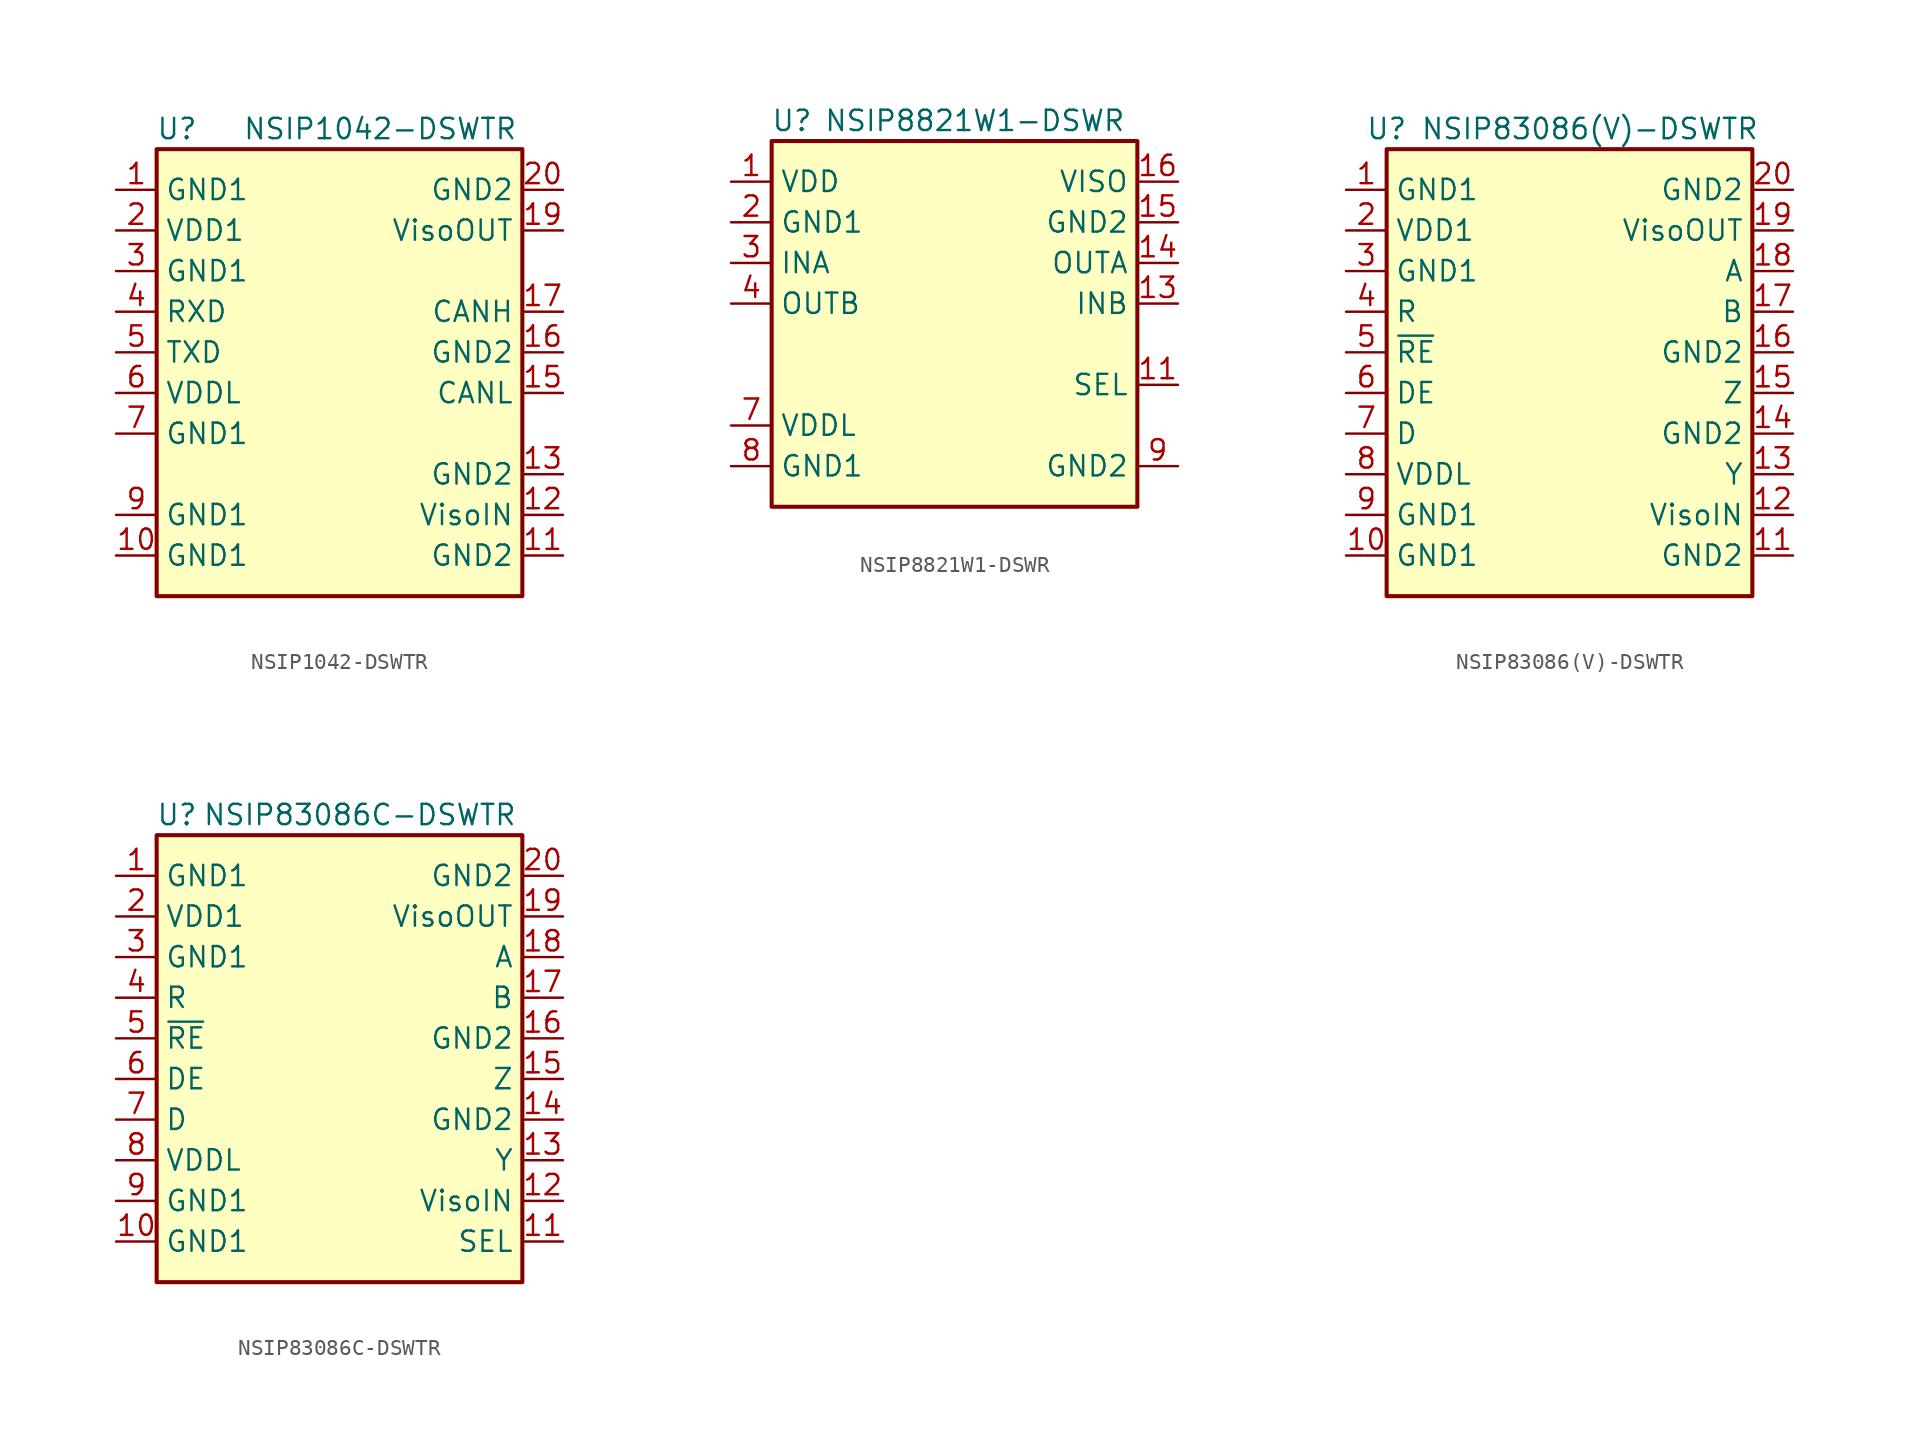
<source format=kicad_sym>
(kicad_symbol_lib
  (version 20220914)
  (generator kicad_symbol_editor)
  (symbol "NSIP1042-DSWTR"
    (property "Reference" "U"
      (at -10.16 15.24 0)
      (effects (font (size 1.27 1.27))))
    (property "Value" "NSIP1042-DSWTR"
      (at 2.54 15.24 0)
      (effects (font (size 1.27 1.27))))
    (symbol "NSIP1042-DSWTR_0_1"
      (rectangle (start -11.43 13.97) (end 11.43 -13.97) (stroke (width 0.254) (type default)) (fill (type background))))
    (symbol "NSIP1042-DSWTR_1_1"
      (pin power_in line (at -13.97 11.43 0) (length 2.54) (name "GND1" (effects (font (size 1.27 1.27)))) (number "1" (effects (font (size 1.27 1.27)))))
      (pin power_in line (at -13.97 -11.43 0) (length 2.54) (name "GND1" (effects (font (size 1.27 1.27)))) (number "10" (effects (font (size 1.27 1.27)))))
      (pin power_out line (at 13.97 -11.43 180) (length 2.54) (name "GND2" (effects (font (size 1.27 1.27)))) (number "11" (effects (font (size 1.27 1.27)))))
      (pin power_in line (at 13.97 -8.89 180) (length 2.54) (name "VisoIN" (effects (font (size 1.27 1.27)))) (number "12" (effects (font (size 1.27 1.27)))))
      (pin power_out line (at 13.97 -6.35 180) (length 2.54) (name "GND2" (effects (font (size 1.27 1.27)))) (number "13" (effects (font (size 1.27 1.27)))))
      (pin no_connect line (at 11.43 -3.81 180) (length 2.54) hide (name "NC" (effects (font (size 1.27 1.27)))) (number "14" (effects (font (size 1.27 1.27)))))
      (pin bidirectional line (at 13.97 -1.27 180) (length 2.54) (name "CANL" (effects (font (size 1.27 1.27)))) (number "15" (effects (font (size 1.27 1.27)))))
      (pin power_out line (at 13.97 1.27 180) (length 2.54) (name "GND2" (effects (font (size 1.27 1.27)))) (number "16" (effects (font (size 1.27 1.27)))))
      (pin bidirectional line (at 13.97 3.81 180) (length 2.54) (name "CANH" (effects (font (size 1.27 1.27)))) (number "17" (effects (font (size 1.27 1.27)))))
      (pin no_connect line (at 11.43 6.35 180) (length 2.54) hide (name "NC" (effects (font (size 1.27 1.27)))) (number "18" (effects (font (size 1.27 1.27)))))
      (pin power_out line (at 13.97 8.89 180) (length 2.54) (name "VisoOUT" (effects (font (size 1.27 1.27)))) (number "19" (effects (font (size 1.27 1.27)))))
      (pin power_in line (at -13.97 8.89 0) (length 2.54) (name "VDD1" (effects (font (size 1.27 1.27)))) (number "2" (effects (font (size 1.27 1.27)))))
      (pin power_out line (at 13.97 11.43 180) (length 2.54) (name "GND2" (effects (font (size 1.27 1.27)))) (number "20" (effects (font (size 1.27 1.27)))))
      (pin power_in line (at -13.97 6.35 0) (length 2.54) (name "GND1" (effects (font (size 1.27 1.27)))) (number "3" (effects (font (size 1.27 1.27)))))
      (pin input line (at -13.97 3.81 0) (length 2.54) (name "RXD" (effects (font (size 1.27 1.27)))) (number "4" (effects (font (size 1.27 1.27)))))
      (pin output line (at -13.97 1.27 0) (length 2.54) (name "TXD" (effects (font (size 1.27 1.27)))) (number "5" (effects (font (size 1.27 1.27)))))
      (pin power_in line (at -13.97 -1.27 0) (length 2.54) (name "VDDL" (effects (font (size 1.27 1.27)))) (number "6" (effects (font (size 1.27 1.27)))))
      (pin power_in line (at -13.97 -3.81 0) (length 2.54) (name "GND1" (effects (font (size 1.27 1.27)))) (number "7" (effects (font (size 1.27 1.27)))))
      (pin no_connect line (at -11.43 -6.35 0) (length 2.54) hide (name "NC" (effects (font (size 1.27 1.27)))) (number "8" (effects (font (size 1.27 1.27)))))
      (pin power_in line (at -13.97 -8.89 0) (length 2.54) (name "GND1" (effects (font (size 1.27 1.27)))) (number "9" (effects (font (size 1.27 1.27)))))))
  (symbol "NSIP8821W1-DSWR"
    (property "Reference" "U"
      (at -10.16 12.7 0)
      (effects (font (size 1.27 1.27))))
    (property "Value" "NSIP8821W1-DSWR"
      (at 1.27 12.7 0)
      (effects (font (size 1.27 1.27))))
    (symbol "NSIP8821W1-DSWR_0_1"
      (rectangle (start -11.43 11.43) (end 11.43 -11.43) (stroke (width 0.254) (type default)) (fill (type background))))
    (symbol "NSIP8821W1-DSWR_1_1"
      (pin power_in line (at -13.97 8.89 0) (length 2.54) (name "VDD" (effects (font (size 1.27 1.27)))) (number "1" (effects (font (size 1.27 1.27)))))
      (pin no_connect line (at 11.43 -6.35 180) (length 2.54) hide (name "NC" (effects (font (size 1.27 1.27)))) (number "10" (effects (font (size 1.27 1.27)))))
      (pin input line (at 13.97 -3.81 180) (length 2.54) (name "SEL" (effects (font (size 1.27 1.27)))) (number "11" (effects (font (size 1.27 1.27)))))
      (pin no_connect line (at 11.43 -1.27 180) (length 2.54) hide (name "NC" (effects (font (size 1.27 1.27)))) (number "12" (effects (font (size 1.27 1.27)))))
      (pin input line (at 13.97 1.27 180) (length 2.54) (name "INB" (effects (font (size 1.27 1.27)))) (number "13" (effects (font (size 1.27 1.27)))))
      (pin output line (at 13.97 3.81 180) (length 2.54) (name "OUTA" (effects (font (size 1.27 1.27)))) (number "14" (effects (font (size 1.27 1.27)))))
      (pin power_out line (at 13.97 6.35 180) (length 2.54) (name "GND2" (effects (font (size 1.27 1.27)))) (number "15" (effects (font (size 1.27 1.27)))))
      (pin power_out line (at 13.97 8.89 180) (length 2.54) (name "VISO" (effects (font (size 1.27 1.27)))) (number "16" (effects (font (size 1.27 1.27)))))
      (pin power_in line (at -13.97 6.35 0) (length 2.54) (name "GND1" (effects (font (size 1.27 1.27)))) (number "2" (effects (font (size 1.27 1.27)))))
      (pin input line (at -13.97 3.81 0) (length 2.54) (name "INA" (effects (font (size 1.27 1.27)))) (number "3" (effects (font (size 1.27 1.27)))))
      (pin output line (at -13.97 1.27 0) (length 2.54) (name "OUTB" (effects (font (size 1.27 1.27)))) (number "4" (effects (font (size 1.27 1.27)))))
      (pin no_connect line (at -11.43 -1.27 0) (length 2.54) hide (name "NC" (effects (font (size 1.27 1.27)))) (number "5" (effects (font (size 1.27 1.27)))))
      (pin no_connect line (at -11.43 -3.81 0) (length 2.54) hide (name "NC" (effects (font (size 1.27 1.27)))) (number "6" (effects (font (size 1.27 1.27)))))
      (pin power_in line (at -13.97 -6.35 0) (length 2.54) (name "VDDL" (effects (font (size 1.27 1.27)))) (number "7" (effects (font (size 1.27 1.27)))))
      (pin power_in line (at -13.97 -8.89 0) (length 2.54) (name "GND1" (effects (font (size 1.27 1.27)))) (number "8" (effects (font (size 1.27 1.27)))))
      (pin power_out line (at 13.97 -8.89 180) (length 2.54) (name "GND2" (effects (font (size 1.27 1.27)))) (number "9" (effects (font (size 1.27 1.27)))))))
  (symbol "NSIP83086(V)-DSWTR"
    (property "Reference" "U"
      (at -11.43 15.24 0)
      (effects (font (size 1.27 1.27))))
    (property "Value" "NSIP83086(V)-DSWTR"
      (at 1.27 15.24 0)
      (effects (font (size 1.27 1.27))))
    (symbol "NSIP83086(V)-DSWTR_0_1"
      (rectangle (start -11.43 13.97) (end 11.43 -13.97) (stroke (width 0.254) (type default)) (fill (type background))))
    (symbol "NSIP83086(V)-DSWTR_1_1"
      (pin power_in line (at -13.97 11.43 0) (length 2.54) (name "GND1" (effects (font (size 1.27 1.27)))) (number "1" (effects (font (size 1.27 1.27)))))
      (pin power_in line (at -13.97 -11.43 0) (length 2.54) (name "GND1" (effects (font (size 1.27 1.27)))) (number "10" (effects (font (size 1.27 1.27)))))
      (pin power_out line (at 13.97 -11.43 180) (length 2.54) (name "GND2" (effects (font (size 1.27 1.27)))) (number "11" (effects (font (size 1.27 1.27)))))
      (pin power_in line (at 13.97 -8.89 180) (length 2.54) (name "VisoIN" (effects (font (size 1.27 1.27)))) (number "12" (effects (font (size 1.27 1.27)))))
      (pin output line (at 13.97 -6.35 180) (length 2.54) (name "Y" (effects (font (size 1.27 1.27)))) (number "13" (effects (font (size 1.27 1.27)))))
      (pin power_out line (at 13.97 -3.81 180) (length 2.54) (name "GND2" (effects (font (size 1.27 1.27)))) (number "14" (effects (font (size 1.27 1.27)))))
      (pin output line (at 13.97 -1.27 180) (length 2.54) (name "Z" (effects (font (size 1.27 1.27)))) (number "15" (effects (font (size 1.27 1.27)))))
      (pin power_out line (at 13.97 1.27 180) (length 2.54) (name "GND2" (effects (font (size 1.27 1.27)))) (number "16" (effects (font (size 1.27 1.27)))))
      (pin input line (at 13.97 3.81 180) (length 2.54) (name "B" (effects (font (size 1.27 1.27)))) (number "17" (effects (font (size 1.27 1.27)))))
      (pin input line (at 13.97 6.35 180) (length 2.54) (name "A" (effects (font (size 1.27 1.27)))) (number "18" (effects (font (size 1.27 1.27)))))
      (pin power_out line (at 13.97 8.89 180) (length 2.54) (name "VisoOUT" (effects (font (size 1.27 1.27)))) (number "19" (effects (font (size 1.27 1.27)))))
      (pin power_in line (at -13.97 8.89 0) (length 2.54) (name "VDD1" (effects (font (size 1.27 1.27)))) (number "2" (effects (font (size 1.27 1.27)))))
      (pin power_out line (at 13.97 11.43 180) (length 2.54) (name "GND2" (effects (font (size 1.27 1.27)))) (number "20" (effects (font (size 1.27 1.27)))))
      (pin power_in line (at -13.97 6.35 0) (length 2.54) (name "GND1" (effects (font (size 1.27 1.27)))) (number "3" (effects (font (size 1.27 1.27)))))
      (pin output line (at -13.97 3.81 0) (length 2.54) (name "R" (effects (font (size 1.27 1.27)))) (number "4" (effects (font (size 1.27 1.27)))))
      (pin input line (at -13.97 1.27 0) (length 2.54) (name "~{RE}" (effects (font (size 1.27 1.27)))) (number "5" (effects (font (size 1.27 1.27)))))
      (pin input line (at -13.97 -1.27 0) (length 2.54) (name "DE" (effects (font (size 1.27 1.27)))) (number "6" (effects (font (size 1.27 1.27)))))
      (pin input line (at -13.97 -3.81 0) (length 2.54) (name "D" (effects (font (size 1.27 1.27)))) (number "7" (effects (font (size 1.27 1.27)))))
      (pin power_in line (at -13.97 -6.35 0) (length 2.54) (name "VDDL" (effects (font (size 1.27 1.27)))) (number "8" (effects (font (size 1.27 1.27)))))
      (pin power_in line (at -13.97 -8.89 0) (length 2.54) (name "GND1" (effects (font (size 1.27 1.27)))) (number "9" (effects (font (size 1.27 1.27)))))))
  (symbol "NSIP83086C-DSWTR"
    (property "Reference" "U"
      (at -10.16 15.24 0)
      (effects (font (size 1.27 1.27))))
    (property "Value" "NSIP83086C-DSWTR"
      (at 1.27 15.24 0)
      (effects (font (size 1.27 1.27))))
    (symbol "NSIP83086C-DSWTR_0_1"
      (rectangle (start -11.43 13.97) (end 11.43 -13.97) (stroke (width 0.254) (type default)) (fill (type background))))
    (symbol "NSIP83086C-DSWTR_1_1"
      (pin power_in line (at -13.97 11.43 0) (length 2.54) (name "GND1" (effects (font (size 1.27 1.27)))) (number "1" (effects (font (size 1.27 1.27)))))
      (pin power_in line (at -13.97 -11.43 0) (length 2.54) (name "GND1" (effects (font (size 1.27 1.27)))) (number "10" (effects (font (size 1.27 1.27)))))
      (pin input line (at 13.97 -11.43 180) (length 2.54) (name "SEL" (effects (font (size 1.27 1.27)))) (number "11" (effects (font (size 1.27 1.27)))))
      (pin power_in line (at 13.97 -8.89 180) (length 2.54) (name "VisoIN" (effects (font (size 1.27 1.27)))) (number "12" (effects (font (size 1.27 1.27)))))
      (pin output line (at 13.97 -6.35 180) (length 2.54) (name "Y" (effects (font (size 1.27 1.27)))) (number "13" (effects (font (size 1.27 1.27)))))
      (pin power_out line (at 13.97 -3.81 180) (length 2.54) (name "GND2" (effects (font (size 1.27 1.27)))) (number "14" (effects (font (size 1.27 1.27)))))
      (pin output line (at 13.97 -1.27 180) (length 2.54) (name "Z" (effects (font (size 1.27 1.27)))) (number "15" (effects (font (size 1.27 1.27)))))
      (pin power_out line (at 13.97 1.27 180) (length 2.54) (name "GND2" (effects (font (size 1.27 1.27)))) (number "16" (effects (font (size 1.27 1.27)))))
      (pin input line (at 13.97 3.81 180) (length 2.54) (name "B" (effects (font (size 1.27 1.27)))) (number "17" (effects (font (size 1.27 1.27)))))
      (pin input line (at 13.97 6.35 180) (length 2.54) (name "A" (effects (font (size 1.27 1.27)))) (number "18" (effects (font (size 1.27 1.27)))))
      (pin power_out line (at 13.97 8.89 180) (length 2.54) (name "VisoOUT" (effects (font (size 1.27 1.27)))) (number "19" (effects (font (size 1.27 1.27)))))
      (pin power_in line (at -13.97 8.89 0) (length 2.54) (name "VDD1" (effects (font (size 1.27 1.27)))) (number "2" (effects (font (size 1.27 1.27)))))
      (pin power_out line (at 13.97 11.43 180) (length 2.54) (name "GND2" (effects (font (size 1.27 1.27)))) (number "20" (effects (font (size 1.27 1.27)))))
      (pin power_in line (at -13.97 6.35 0) (length 2.54) (name "GND1" (effects (font (size 1.27 1.27)))) (number "3" (effects (font (size 1.27 1.27)))))
      (pin output line (at -13.97 3.81 0) (length 2.54) (name "R" (effects (font (size 1.27 1.27)))) (number "4" (effects (font (size 1.27 1.27)))))
      (pin input line (at -13.97 1.27 0) (length 2.54) (name "~{RE}" (effects (font (size 1.27 1.27)))) (number "5" (effects (font (size 1.27 1.27)))))
      (pin input line (at -13.97 -1.27 0) (length 2.54) (name "DE" (effects (font (size 1.27 1.27)))) (number "6" (effects (font (size 1.27 1.27)))))
      (pin input line (at -13.97 -3.81 0) (length 2.54) (name "D" (effects (font (size 1.27 1.27)))) (number "7" (effects (font (size 1.27 1.27)))))
      (pin power_in line (at -13.97 -6.35 0) (length 2.54) (name "VDDL" (effects (font (size 1.27 1.27)))) (number "8" (effects (font (size 1.27 1.27)))))
      (pin power_in line (at -13.97 -8.89 0) (length 2.54) (name "GND1" (effects (font (size 1.27 1.27)))) (number "9" (effects (font (size 1.27 1.27))))))))
</source>
